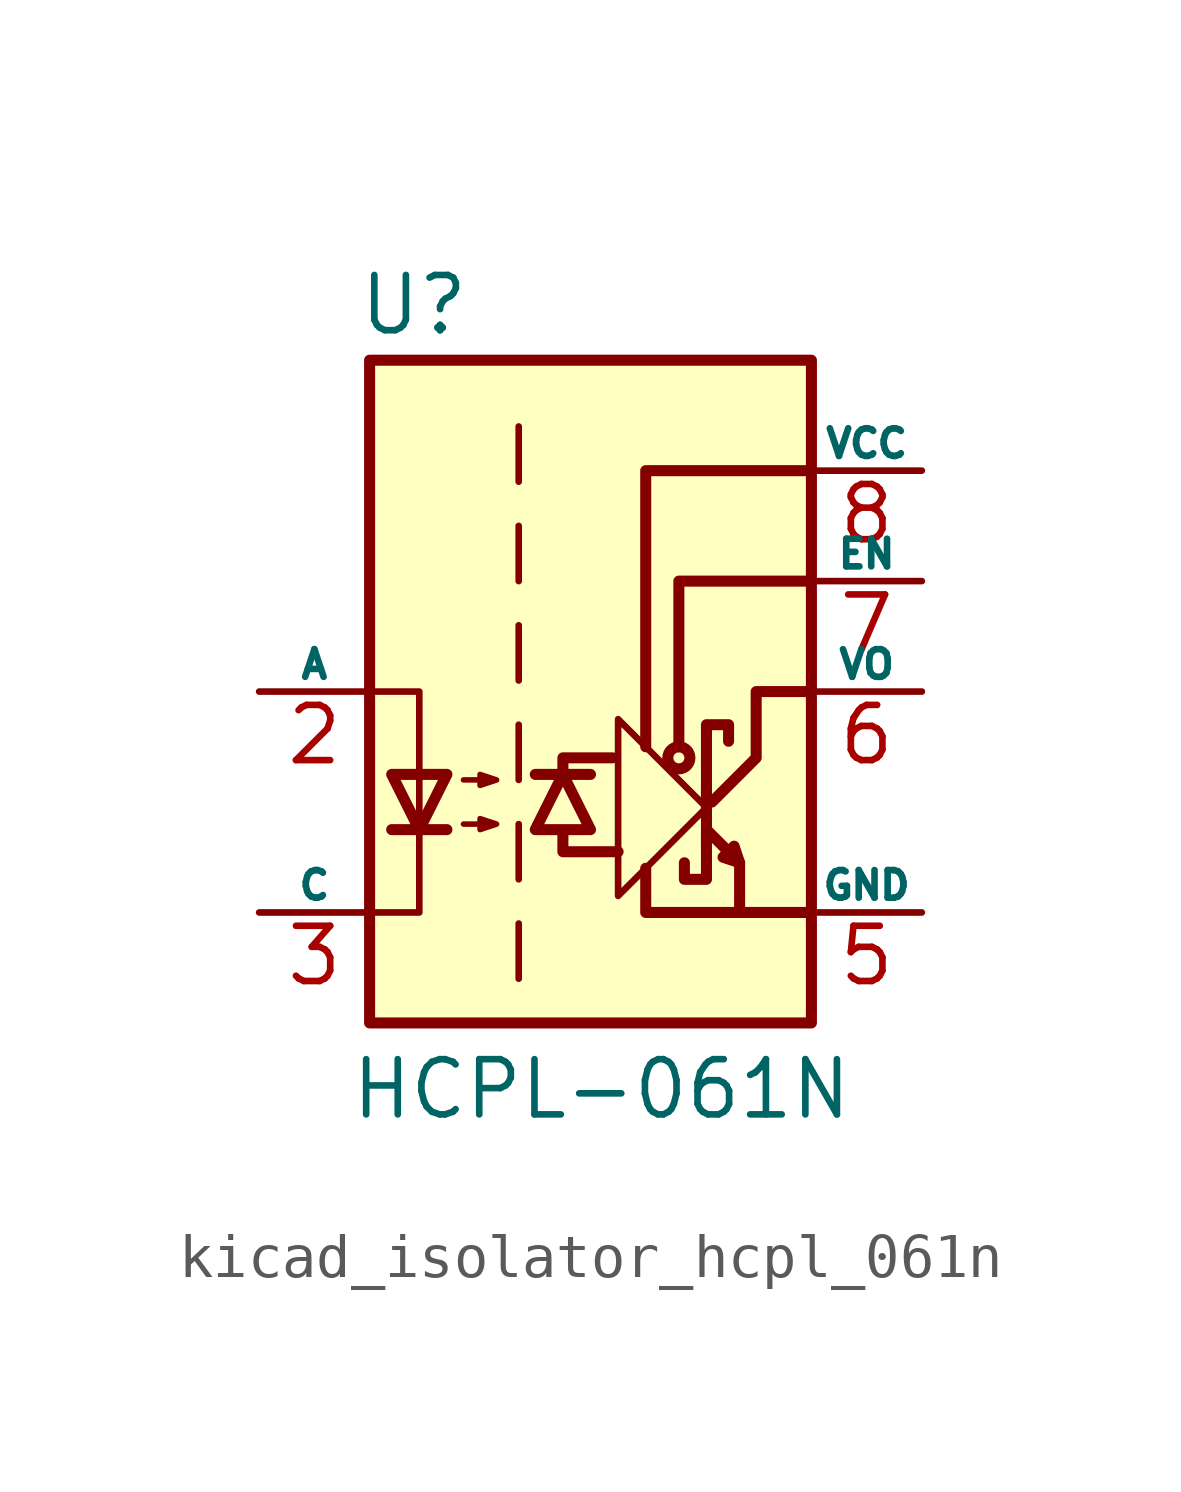
<source format=kicad_sym>
(kicad_symbol_lib
  (version 20220914)
  (generator kicad_symbol_editor)
  (symbol "kicad_isolator_hcpl_061n"
    (pin_names
      (offset 0))
    (property "Reference" "U"
      (at -4.064 8.89 0)
      (effects (font (size 1.27 1.27))))
    (property "Value" "HCPL-061N"
      (at 0.254 -9.144 0)
      (effects (font (size 1.27 1.27))))
    (symbol "kicad_isolator_hcpl_061n_0_1"
      (polyline (pts (xy 2.667 -3.556) (xy 2.667 -1.651)) (stroke (width 0.254) (type default)) (fill (type none)))
      (polyline (pts (xy 2.667 -2.159) (xy 2.667 -2.921)) (stroke (width 0.254) (type default)) (fill (type none)))
      (polyline (pts (xy 3.429 -3.937) (xy 3.429 -5.08)) (stroke (width 0.254) (type default)) (fill (type none)))
      (polyline (pts (xy -0.635 -3.302) (xy -0.635 -3.683) (xy 0.635 -3.683)) (stroke (width 0.254) (type default)) (fill (type none)))
      (polyline (pts (xy -0.635 -1.905) (xy -0.635 -1.524) (xy 0.508 -1.524)) (stroke (width 0.254) (type default)) (fill (type none)))
      (polyline (pts (xy 1.27 -4.064) (xy 1.27 -5.08) (xy 5.08 -5.08)) (stroke (width 0.254) (type default)) (fill (type none)))
      (polyline (pts (xy 1.27 -1.27) (xy 1.27 5.08) (xy 5.08 5.08)) (stroke (width 0.254) (type default)) (fill (type none)))
      (polyline (pts (xy 2.032 -1.27) (xy 2.032 2.54) (xy 5.08 2.54)) (stroke (width 0.254) (type default)) (fill (type none)))
      (polyline (pts (xy -5.08 -5.08) (xy -3.937 -5.08) (xy -3.937 0) (xy -5.08 0)) (stroke (width 0) (type default)) (fill (type none)))
      (polyline (pts (xy 2.667 -3.302) (xy 2.667 -4.318) (xy 2.159 -4.318) (xy 2.159 -3.937)) (stroke (width 0.254) (type default)) (fill (type none)))
      (polyline (pts (xy 2.667 -2.667) (xy 0.635 -4.699) (xy 0.635 -0.635) (xy 2.667 -2.667)) (stroke (width 0) (type default)) (fill (type none)))
      (polyline (pts (xy 2.667 -1.778) (xy 2.667 -0.762) (xy 3.175 -0.762) (xy 3.175 -1.143)) (stroke (width 0.254) (type default)) (fill (type none)))
      (polyline (pts (xy 2.794 -2.54) (xy 3.81 -1.524) (xy 3.81 0) (xy 5.08 0)) (stroke (width 0.254) (type default)) (fill (type none)))
      (polyline (pts (xy 2.667 -3.175) (xy 3.429 -3.937) (xy 3.302 -3.556) (xy 3.048 -3.81) (xy 3.429 -3.937)) (stroke (width 0.254) (type default)) (fill (type none)))
      (circle (center 2.032 -1.524) (radius 0.254) (stroke (width 0.254) (type default)) (fill (type none))))
    (symbol "kicad_isolator_hcpl_061n_1_1"
      (rectangle (start -5.08 7.62) (end 5.08 -7.62) (stroke (width 0.254) (type default)) (fill (type background)))
      (polyline (pts (xy -4.572 -3.175) (xy -3.302 -3.175)) (stroke (width 0.254) (type default)) (fill (type none)))
      (polyline (pts (xy -1.651 -5.334) (xy -1.651 -6.604)) (stroke (width 0) (type default)) (fill (type none)))
      (polyline (pts (xy -1.651 -3.048) (xy -1.651 -4.318)) (stroke (width 0) (type default)) (fill (type none)))
      (polyline (pts (xy -1.651 -0.762) (xy -1.651 -2.032)) (stroke (width 0) (type default)) (fill (type none)))
      (polyline (pts (xy -1.651 1.524) (xy -1.651 0.254)) (stroke (width 0) (type default)) (fill (type none)))
      (polyline (pts (xy -1.651 3.81) (xy -1.651 2.54)) (stroke (width 0) (type default)) (fill (type none)))
      (polyline (pts (xy -1.651 6.096) (xy -1.651 4.826)) (stroke (width 0) (type default)) (fill (type none)))
      (polyline (pts (xy -1.27 -1.905) (xy 0 -1.905)) (stroke (width 0.254) (type default)) (fill (type none)))
      (polyline (pts (xy -3.937 -3.175) (xy -4.572 -1.905) (xy -3.302 -1.905) (xy -3.937 -3.175)) (stroke (width 0.254) (type default)) (fill (type none)))
      (polyline (pts (xy -0.635 -1.905) (xy -1.27 -3.175) (xy 0 -3.175) (xy -0.635 -1.905)) (stroke (width 0.254) (type default)) (fill (type none)))
      (polyline (pts (xy -2.921 -3.048) (xy -2.159 -3.048) (xy -2.54 -3.175) (xy -2.54 -2.921) (xy -2.159 -3.048)) (stroke (width 0.127) (type default)) (fill (type none)))
      (polyline (pts (xy -2.921 -2.032) (xy -2.159 -2.032) (xy -2.54 -2.159) (xy -2.54 -1.905) (xy -2.159 -2.032)) (stroke (width 0.127) (type default)) (fill (type none)))
      (pin no_connect line (at -5.08 5.08 0) (length 2.54) hide (name "NC" (effects (font (size 0.635 0.635)))) (number "1" (effects (font (size 1.27 1.27)))))
      (pin passive line (at -7.62 0 0) (length 2.54) (name "A" (effects (font (size 0.635 0.635)))) (number "2" (effects (font (size 1.27 1.27)))))
      (pin passive line (at -7.62 -5.08 0) (length 2.54) (name "C" (effects (font (size 0.635 0.635)))) (number "3" (effects (font (size 1.27 1.27)))))
      (pin power_in line (at 7.62 -5.08 180) (length 2.54) (name "GND" (effects (font (size 0.635 0.635)))) (number "5" (effects (font (size 1.27 1.27)))))
      (pin open_collector line (at 7.62 0 180) (length 2.54) (name "VO" (effects (font (size 0.635 0.635)))) (number "6" (effects (font (size 1.27 1.27)))))
      (pin input line (at 7.62 2.54 180) (length 2.54) (name "EN" (effects (font (size 0.635 0.635)))) (number "7" (effects (font (size 1.27 1.27)))))
      (pin power_in line (at 7.62 5.08 180) (length 2.54) (name "VCC" (effects (font (size 0.635 0.635)))) (number "8" (effects (font (size 1.27 1.27))))))))
</source>
